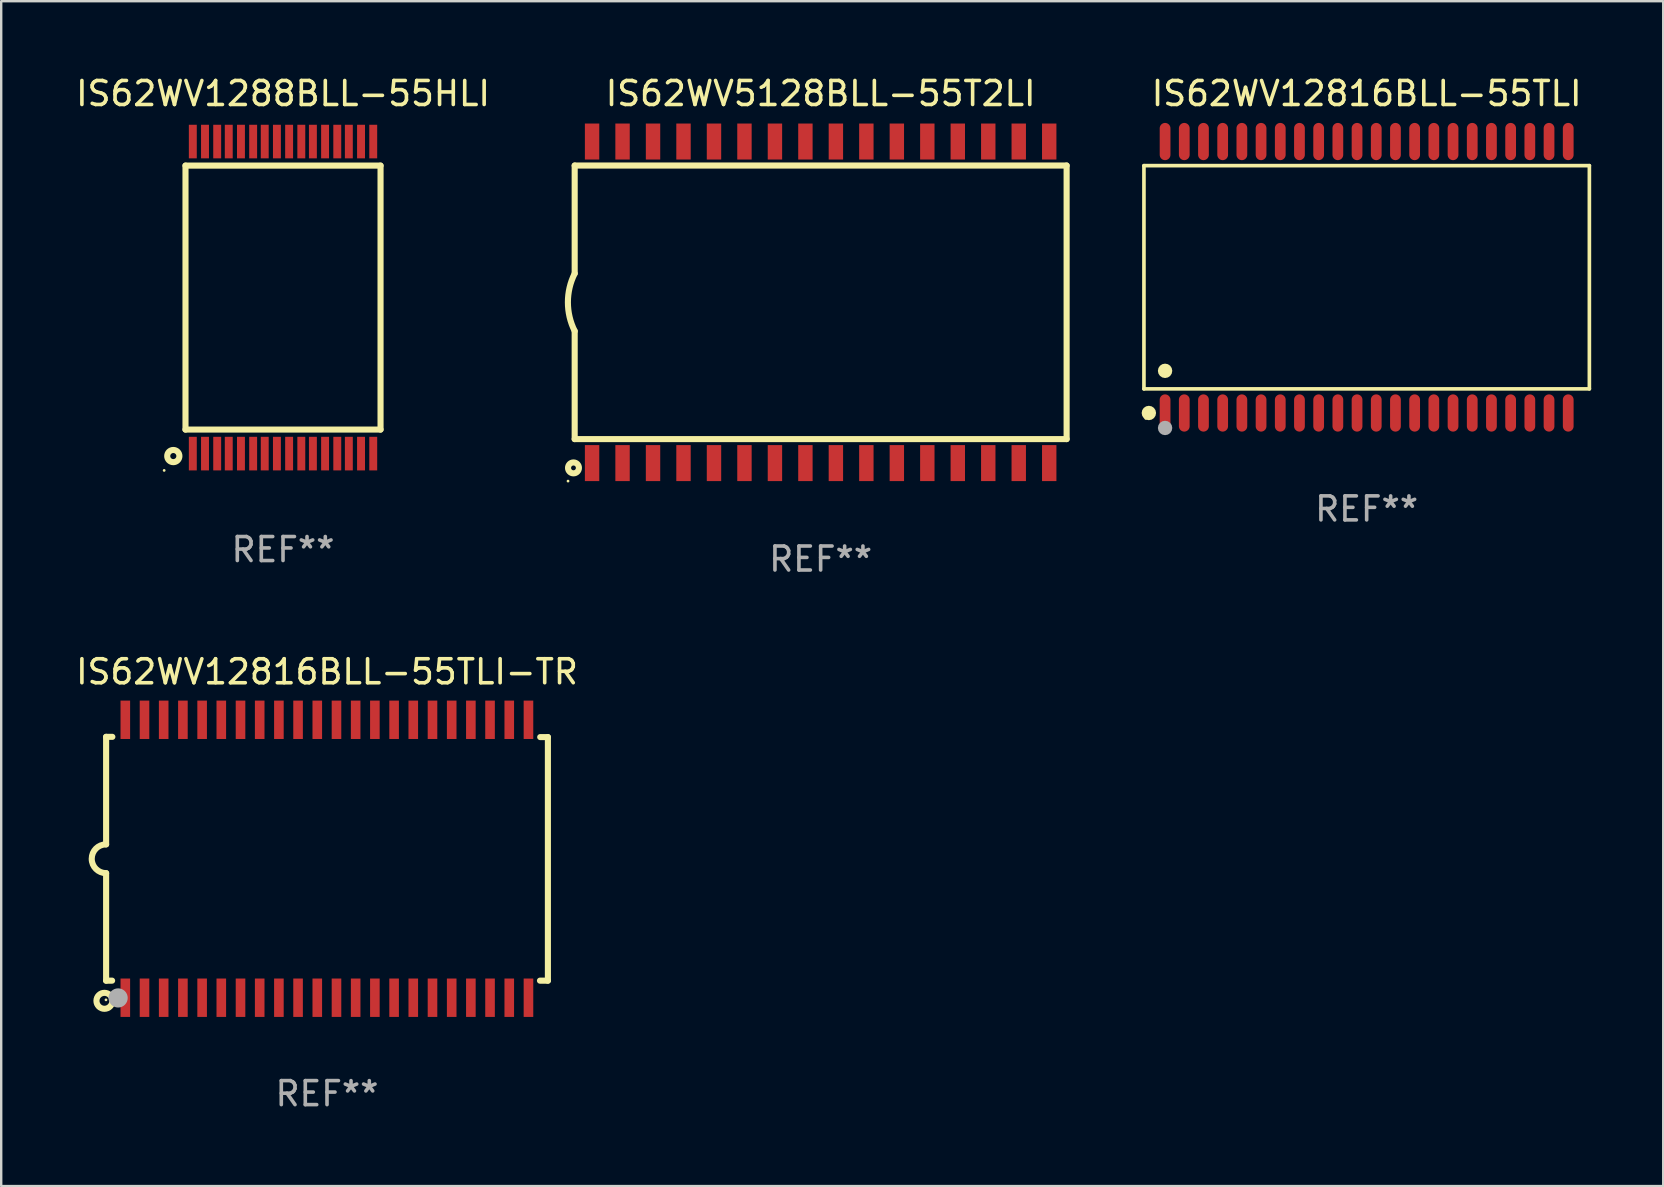
<source format=kicad_pcb>
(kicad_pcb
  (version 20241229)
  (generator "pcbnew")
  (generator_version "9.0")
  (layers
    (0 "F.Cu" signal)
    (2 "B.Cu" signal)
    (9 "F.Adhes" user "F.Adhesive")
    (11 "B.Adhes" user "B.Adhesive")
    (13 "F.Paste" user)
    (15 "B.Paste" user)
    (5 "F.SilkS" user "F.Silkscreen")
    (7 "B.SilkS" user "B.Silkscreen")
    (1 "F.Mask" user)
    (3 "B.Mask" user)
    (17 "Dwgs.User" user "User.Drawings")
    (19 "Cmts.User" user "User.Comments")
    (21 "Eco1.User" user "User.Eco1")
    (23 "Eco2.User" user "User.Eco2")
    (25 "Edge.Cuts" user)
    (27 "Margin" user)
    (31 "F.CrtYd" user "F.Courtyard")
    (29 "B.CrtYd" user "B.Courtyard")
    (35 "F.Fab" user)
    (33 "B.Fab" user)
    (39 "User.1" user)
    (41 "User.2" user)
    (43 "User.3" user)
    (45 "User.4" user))
  (footprint "IS62WV5128BLL-55T2LI"
    (layer "F.Cu")
    (at 31.148 9.548)
    (property "Reference" "IS62WV5128BLL-55T2LI" (at 0 -8.7 0) (layer "F.SilkS") (effects (font (size 1 1) (thickness 0.15))))
    (attr through_hole)
    (fp_line (start -10.25 -5.7) (end -10.25 -1.2) (stroke (width 0.254) (type solid)) (layer "F.SilkS"))
    (fp_line (start -10.25 -5.7) (end 10.25 -5.7) (stroke (width 0.254) (type solid)) (layer "F.SilkS"))
    (fp_line (start -10.25 5.7) (end -10.25 1.2) (stroke (width 0.254) (type solid)) (layer "F.SilkS"))
    (fp_line (start 10.25 -5.7) (end 10.25 5.7) (stroke (width 0.254) (type solid)) (layer "F.SilkS"))
    (fp_line (start 10.25 5.7) (end -10.25 5.7) (stroke (width 0.254) (type solid)) (layer "F.SilkS"))
    (fp_arc (start -10.248921 1.198882) (mid -10.532435 -0.000433) (end -10.249987 -1.2) (stroke (width 0.254001) (type solid)) (layer "F.SilkS"))
    (fp_circle (center -10.527 7.45) (end -10.497 7.45) (stroke (width 0.06) (type solid)) (fill no) (layer "F.SilkS"))
    (fp_circle (center -10.3 6.9) (end -10.2 6.9) (stroke (width 0.254) (type solid)) (fill no) (layer "F.SilkS"))
    (fp_text user "REF**" (at 0 10.7 0) (layer "F.Fab") (effects (font (size 1 1) (thickness 0.15))))
    (pad "1" smd rect (at -9.525 6.7 180) (size 0.6 1.5) (layers "F.Cu" "F.Mask" "F.Paste"))
    (pad "2" smd rect (at -8.255 6.7 180) (size 0.6 1.5) (layers "F.Cu" "F.Mask" "F.Paste"))
    (pad "3" smd rect (at -6.985 6.7 180) (size 0.6 1.5) (layers "F.Cu" "F.Mask" "F.Paste"))
    (pad "4" smd rect (at -5.715 6.7 180) (size 0.6 1.5) (layers "F.Cu" "F.Mask" "F.Paste"))
    (pad "5" smd rect (at -4.445 6.7 180) (size 0.6 1.5) (layers "F.Cu" "F.Mask" "F.Paste"))
    (pad "6" smd rect (at -3.175 6.7 180) (size 0.6 1.5) (layers "F.Cu" "F.Mask" "F.Paste"))
    (pad "7" smd rect (at -1.905 6.7 180) (size 0.6 1.5) (layers "F.Cu" "F.Mask" "F.Paste"))
    (pad "8" smd rect (at -0.635 6.7 180) (size 0.6 1.5) (layers "F.Cu" "F.Mask" "F.Paste"))
    (pad "9" smd rect (at 0.635 6.7 180) (size 0.6 1.5) (layers "F.Cu" "F.Mask" "F.Paste"))
    (pad "10" smd rect (at 1.905 6.7 180) (size 0.6 1.5) (layers "F.Cu" "F.Mask" "F.Paste"))
    (pad "11" smd rect (at 3.175 6.7 180) (size 0.6 1.5) (layers "F.Cu" "F.Mask" "F.Paste"))
    (pad "12" smd rect (at 4.445 6.7 180) (size 0.6 1.5) (layers "F.Cu" "F.Mask" "F.Paste"))
    (pad "13" smd rect (at 5.715 6.7 180) (size 0.6 1.5) (layers "F.Cu" "F.Mask" "F.Paste"))
    (pad "14" smd rect (at 6.985 6.7 180) (size 0.6 1.5) (layers "F.Cu" "F.Mask" "F.Paste"))
    (pad "15" smd rect (at 8.255 6.7 180) (size 0.6 1.5) (layers "F.Cu" "F.Mask" "F.Paste"))
    (pad "16" smd rect (at 9.525 6.7 180) (size 0.6 1.5) (layers "F.Cu" "F.Mask" "F.Paste"))
    (pad "17" smd rect (at 9.525 -6.7 180) (size 0.6 1.5) (layers "F.Cu" "F.Mask" "F.Paste"))
    (pad "18" smd rect (at 8.255 -6.7 180) (size 0.6 1.5) (layers "F.Cu" "F.Mask" "F.Paste"))
    (pad "19" smd rect (at 6.985 -6.7 180) (size 0.6 1.5) (layers "F.Cu" "F.Mask" "F.Paste"))
    (pad "20" smd rect (at 5.715 -6.7 180) (size 0.6 1.5) (layers "F.Cu" "F.Mask" "F.Paste"))
    (pad "21" smd rect (at 4.445 -6.7 180) (size 0.6 1.5) (layers "F.Cu" "F.Mask" "F.Paste"))
    (pad "22" smd rect (at 3.175 -6.7 180) (size 0.6 1.5) (layers "F.Cu" "F.Mask" "F.Paste"))
    (pad "23" smd rect (at 1.905 -6.7 180) (size 0.6 1.5) (layers "F.Cu" "F.Mask" "F.Paste"))
    (pad "24" smd rect (at 0.635 -6.7 180) (size 0.6 1.5) (layers "F.Cu" "F.Mask" "F.Paste"))
    (pad "25" smd rect (at -0.635 -6.7 180) (size 0.6 1.5) (layers "F.Cu" "F.Mask" "F.Paste"))
    (pad "26" smd rect (at -1.905 -6.7 180) (size 0.6 1.5) (layers "F.Cu" "F.Mask" "F.Paste"))
    (pad "27" smd rect (at -3.175 -6.7 180) (size 0.6 1.5) (layers "F.Cu" "F.Mask" "F.Paste"))
    (pad "28" smd rect (at -4.445 -6.7 180) (size 0.6 1.5) (layers "F.Cu" "F.Mask" "F.Paste"))
    (pad "29" smd rect (at -5.715 -6.7 180) (size 0.6 1.5) (layers "F.Cu" "F.Mask" "F.Paste"))
    (pad "30" smd rect (at -6.985 -6.7 180) (size 0.6 1.5) (layers "F.Cu" "F.Mask" "F.Paste"))
    (pad "31" smd rect (at -8.255 -6.7 180) (size 0.6 1.5) (layers "F.Cu" "F.Mask" "F.Paste"))
    (pad "32" smd rect (at -9.525 -6.7 180) (size 0.6 1.5) (layers "F.Cu" "F.Mask" "F.Paste")))
  (footprint "IS62WV12816BLL-55TLI-TR"
    (layer "F.Cu")
    (at 10.577 32.736)
    (property "Reference" "IS62WV12816BLL-55TLI-TR" (at 0 -7.791 0) (layer "F.SilkS") (effects (font (size 1 1) (thickness 0.15))))
    (attr through_hole)
    (fp_line (start -9.205 -5.08) (end -9.205 -0.6) (stroke (width 0.254) (type solid)) (layer "F.SilkS"))
    (fp_line (start -9.205 5.08) (end -9.205 0.6) (stroke (width 0.254) (type solid)) (layer "F.SilkS"))
    (fp_line (start -8.955 5.08) (end -9.205 5.08) (stroke (width 0.254) (type solid)) (layer "F.SilkS"))
    (fp_line (start -8.945 -5.08) (end -9.205 -5.08) (stroke (width 0.254) (type solid)) (layer "F.SilkS"))
    (fp_line (start 8.885 -5.07) (end 9.205 -5.07) (stroke (width 0.254) (type solid)) (layer "F.SilkS"))
    (fp_line (start 9.205 -5.07) (end 9.205 5.08) (stroke (width 0.254) (type solid)) (layer "F.SilkS"))
    (fp_line (start 9.205 5.08) (end 8.875 5.08) (stroke (width 0.254) (type solid)) (layer "F.SilkS"))
    (fp_arc (start -9.204978 0.6) (mid -9.804623 0.000241) (end -9.204902 -0.599442) (stroke (width 0.254001) (type solid)) (layer "F.SilkS"))
    (fp_circle (center -9.275 5.92) (end -8.942 5.92) (stroke (width 0.254) (type solid)) (fill no) (layer "F.SilkS"))
    (fp_circle (center -9.21 5.88) (end -9.18 5.88) (stroke (width 0.06) (type solid)) (fill no) (layer "F.SilkS"))
    (fp_circle (center -8.705 5.8) (end -8.505 5.8) (stroke (width 0.4) (type solid)) (fill no) (layer "F.Fab"))
    (fp_text user "REF**" (at 0 9.791 0) (layer "F.Fab") (effects (font (size 1 1) (thickness 0.15))))
    (pad "1" smd rect (at -8.405 5.791) (size 0.4 1.6) (layers "F.Cu" "F.Mask" "F.Paste"))
    (pad "2" smd rect (at -7.605 5.791) (size 0.4 1.6) (layers "F.Cu" "F.Mask" "F.Paste"))
    (pad "3" smd rect (at -6.806 5.791) (size 0.4 1.6) (layers "F.Cu" "F.Mask" "F.Paste"))
    (pad "4" smd rect (at -6.005 5.791) (size 0.4 1.6) (layers "F.Cu" "F.Mask" "F.Paste"))
    (pad "5" smd rect (at -5.204 5.791) (size 0.4 1.6) (layers "F.Cu" "F.Mask" "F.Paste"))
    (pad "6" smd rect (at -4.405 5.791) (size 0.4 1.6) (layers "F.Cu" "F.Mask" "F.Paste"))
    (pad "7" smd rect (at -3.604 5.791) (size 0.4 1.6) (layers "F.Cu" "F.Mask" "F.Paste"))
    (pad "8" smd rect (at -2.805 5.791) (size 0.4 1.6) (layers "F.Cu" "F.Mask" "F.Paste"))
    (pad "9" smd rect (at -2.005 5.791) (size 0.4 1.6) (layers "F.Cu" "F.Mask" "F.Paste"))
    (pad "10" smd rect (at -1.206 5.791) (size 0.4 1.6) (layers "F.Cu" "F.Mask" "F.Paste"))
    (pad "11" smd rect (at -0.405 5.791) (size 0.4 1.6) (layers "F.Cu" "F.Mask" "F.Paste"))
    (pad "12" smd rect (at 0.395 5.791) (size 0.4 1.6) (layers "F.Cu" "F.Mask" "F.Paste"))
    (pad "13" smd rect (at 1.194 5.791) (size 0.4 1.6) (layers "F.Cu" "F.Mask" "F.Paste"))
    (pad "14" smd rect (at 1.995 5.791) (size 0.4 1.6) (layers "F.Cu" "F.Mask" "F.Paste"))
    (pad "15" smd rect (at 2.796 5.791) (size 0.4 1.6) (layers "F.Cu" "F.Mask" "F.Paste"))
    (pad "16" smd rect (at 3.595 5.791) (size 0.4 1.6) (layers "F.Cu" "F.Mask" "F.Paste"))
    (pad "17" smd rect (at 4.396 5.791) (size 0.4 1.6) (layers "F.Cu" "F.Mask" "F.Paste"))
    (pad "18" smd rect (at 5.196 5.791) (size 0.4 1.6) (layers "F.Cu" "F.Mask" "F.Paste"))
    (pad "19" smd rect (at 5.995 5.791) (size 0.4 1.6) (layers "F.Cu" "F.Mask" "F.Paste"))
    (pad "20" smd rect (at 6.794 5.791) (size 0.4 1.6) (layers "F.Cu" "F.Mask" "F.Paste"))
    (pad "21" smd rect (at 7.595 5.791) (size 0.4 1.6) (layers "F.Cu" "F.Mask" "F.Paste"))
    (pad "22" smd rect (at 8.395 5.791) (size 0.4 1.6) (layers "F.Cu" "F.Mask" "F.Paste"))
    (pad "23" smd rect (at 8.395 -5.791) (size 0.4 1.6) (layers "F.Cu" "F.Mask" "F.Paste"))
    (pad "24" smd rect (at 7.595 -5.791) (size 0.4 1.6) (layers "F.Cu" "F.Mask" "F.Paste"))
    (pad "25" smd rect (at 6.794 -5.791) (size 0.4 1.6) (layers "F.Cu" "F.Mask" "F.Paste"))
    (pad "26" smd rect (at 5.995 -5.791) (size 0.4 1.6) (layers "F.Cu" "F.Mask" "F.Paste"))
    (pad "27" smd rect (at 5.196 -5.791) (size 0.4 1.6) (layers "F.Cu" "F.Mask" "F.Paste"))
    (pad "28" smd rect (at 4.396 -5.791) (size 0.4 1.6) (layers "F.Cu" "F.Mask" "F.Paste"))
    (pad "29" smd rect (at 3.595 -5.791) (size 0.4 1.6) (layers "F.Cu" "F.Mask" "F.Paste"))
    (pad "30" smd rect (at 2.796 -5.791) (size 0.4 1.6) (layers "F.Cu" "F.Mask" "F.Paste"))
    (pad "31" smd rect (at 1.995 -5.791) (size 0.4 1.6) (layers "F.Cu" "F.Mask" "F.Paste"))
    (pad "32" smd rect (at 1.194 -5.791) (size 0.4 1.6) (layers "F.Cu" "F.Mask" "F.Paste"))
    (pad "33" smd rect (at 0.395 -5.791) (size 0.4 1.6) (layers "F.Cu" "F.Mask" "F.Paste"))
    (pad "34" smd rect (at -0.405 -5.791) (size 0.4 1.6) (layers "F.Cu" "F.Mask" "F.Paste"))
    (pad "35" smd rect (at -1.206 -5.791) (size 0.4 1.6) (layers "F.Cu" "F.Mask" "F.Paste"))
    (pad "36" smd rect (at -2.005 -5.791) (size 0.4 1.6) (layers "F.Cu" "F.Mask" "F.Paste"))
    (pad "37" smd rect (at -2.805 -5.791) (size 0.4 1.6) (layers "F.Cu" "F.Mask" "F.Paste"))
    (pad "38" smd rect (at -3.604 -5.791) (size 0.4 1.6) (layers "F.Cu" "F.Mask" "F.Paste"))
    (pad "39" smd rect (at -4.405 -5.791) (size 0.4 1.6) (layers "F.Cu" "F.Mask" "F.Paste"))
    (pad "40" smd rect (at -5.204 -5.791) (size 0.4 1.6) (layers "F.Cu" "F.Mask" "F.Paste"))
    (pad "41" smd rect (at -6.005 -5.791) (size 0.4 1.6) (layers "F.Cu" "F.Mask" "F.Paste"))
    (pad "42" smd rect (at -6.806 -5.791) (size 0.4 1.6) (layers "F.Cu" "F.Mask" "F.Paste"))
    (pad "43" smd rect (at -7.605 -5.791) (size 0.4 1.6) (layers "F.Cu" "F.Mask" "F.Paste"))
    (pad "44" smd rect (at -8.405 -5.791) (size 0.4 1.6) (layers "F.Cu" "F.Mask" "F.Paste")))
  (footprint "IS62WV12816BLL-55TLI"
    (layer "F.Cu")
    (at 53.901 8.504)
    (property "Reference" "IS62WV12816BLL-55TLI" (at 0 -7.656 0) (layer "F.SilkS") (effects (font (size 1 1) (thickness 0.15))))
    (attr through_hole)
    (fp_line (start -9.281 -4.651) (end 9.281 -4.651) (stroke (width 0.152) (type solid)) (layer "F.SilkS"))
    (fp_line (start -9.281 4.651) (end -9.281 -4.651) (stroke (width 0.152) (type solid)) (layer "F.SilkS"))
    (fp_line (start 9.281 -4.651) (end 9.281 4.651) (stroke (width 0.152) (type solid)) (layer "F.SilkS"))
    (fp_line (start 9.281 4.651) (end -9.281 4.651) (stroke (width 0.152) (type solid)) (layer "F.SilkS"))
    (fp_circle (center -9.205 5.88) (end -9.175 5.88) (stroke (width 0.06) (type solid)) (fill no) (layer "F.SilkS"))
    (fp_circle (center -9.076 5.656) (end -8.926 5.656) (stroke (width 0.3) (type solid)) (fill no) (layer "F.SilkS"))
    (fp_circle (center -8.4 3.899) (end -8.25 3.899) (stroke (width 0.3) (type solid)) (fill no) (layer "F.SilkS"))
    (fp_circle (center -8.4 6.28) (end -8.25 6.28) (stroke (width 0.3) (type solid)) (fill no) (layer "F.Fab"))
    (fp_text user "REF**" (at 0 9.656 0) (layer "F.Fab") (effects (font (size 1 1) (thickness 0.15))))
    (pad "1" smd oval (at -8.4 5.656) (size 0.448 1.551) (layers "F.Cu" "F.Mask" "F.Paste"))
    (pad "2" smd oval (at -7.6 5.656) (size 0.448 1.551) (layers "F.Cu" "F.Mask" "F.Paste"))
    (pad "3" smd oval (at -6.8 5.656) (size 0.448 1.551) (layers "F.Cu" "F.Mask" "F.Paste"))
    (pad "4" smd oval (at -6 5.656) (size 0.448 1.551) (layers "F.Cu" "F.Mask" "F.Paste"))
    (pad "5" smd oval (at -5.2 5.656) (size 0.448 1.551) (layers "F.Cu" "F.Mask" "F.Paste"))
    (pad "6" smd oval (at -4.4 5.656) (size 0.448 1.551) (layers "F.Cu" "F.Mask" "F.Paste"))
    (pad "7" smd oval (at -3.6 5.656) (size 0.448 1.551) (layers "F.Cu" "F.Mask" "F.Paste"))
    (pad "8" smd oval (at -2.8 5.656) (size 0.448 1.551) (layers "F.Cu" "F.Mask" "F.Paste"))
    (pad "9" smd oval (at -2 5.656) (size 0.448 1.551) (layers "F.Cu" "F.Mask" "F.Paste"))
    (pad "10" smd oval (at -1.2 5.656) (size 0.448 1.551) (layers "F.Cu" "F.Mask" "F.Paste"))
    (pad "11" smd oval (at -0.4 5.656) (size 0.448 1.551) (layers "F.Cu" "F.Mask" "F.Paste"))
    (pad "12" smd oval (at 0.4 5.656) (size 0.448 1.551) (layers "F.Cu" "F.Mask" "F.Paste"))
    (pad "13" smd oval (at 1.2 5.656) (size 0.448 1.551) (layers "F.Cu" "F.Mask" "F.Paste"))
    (pad "14" smd oval (at 2 5.656) (size 0.448 1.551) (layers "F.Cu" "F.Mask" "F.Paste"))
    (pad "15" smd oval (at 2.8 5.656) (size 0.448 1.551) (layers "F.Cu" "F.Mask" "F.Paste"))
    (pad "16" smd oval (at 3.6 5.656) (size 0.448 1.551) (layers "F.Cu" "F.Mask" "F.Paste"))
    (pad "17" smd oval (at 4.4 5.656) (size 0.448 1.551) (layers "F.Cu" "F.Mask" "F.Paste"))
    (pad "18" smd oval (at 5.2 5.656) (size 0.448 1.551) (layers "F.Cu" "F.Mask" "F.Paste"))
    (pad "19" smd oval (at 6 5.656) (size 0.448 1.551) (layers "F.Cu" "F.Mask" "F.Paste"))
    (pad "20" smd oval (at 6.8 5.656) (size 0.448 1.551) (layers "F.Cu" "F.Mask" "F.Paste"))
    (pad "21" smd oval (at 7.6 5.656) (size 0.448 1.551) (layers "F.Cu" "F.Mask" "F.Paste"))
    (pad "22" smd oval (at 8.4 5.656) (size 0.448 1.551) (layers "F.Cu" "F.Mask" "F.Paste"))
    (pad "23" smd oval (at 8.4 -5.656) (size 0.448 1.551) (layers "F.Cu" "F.Mask" "F.Paste"))
    (pad "24" smd oval (at 7.6 -5.656) (size 0.448 1.551) (layers "F.Cu" "F.Mask" "F.Paste"))
    (pad "25" smd oval (at 6.8 -5.656) (size 0.448 1.551) (layers "F.Cu" "F.Mask" "F.Paste"))
    (pad "26" smd oval (at 6 -5.656) (size 0.448 1.551) (layers "F.Cu" "F.Mask" "F.Paste"))
    (pad "27" smd oval (at 5.2 -5.656) (size 0.448 1.551) (layers "F.Cu" "F.Mask" "F.Paste"))
    (pad "28" smd oval (at 4.4 -5.656) (size 0.448 1.551) (layers "F.Cu" "F.Mask" "F.Paste"))
    (pad "29" smd oval (at 3.6 -5.656) (size 0.448 1.551) (layers "F.Cu" "F.Mask" "F.Paste"))
    (pad "30" smd oval (at 2.8 -5.656) (size 0.448 1.551) (layers "F.Cu" "F.Mask" "F.Paste"))
    (pad "31" smd oval (at 2 -5.656) (size 0.448 1.551) (layers "F.Cu" "F.Mask" "F.Paste"))
    (pad "32" smd oval (at 1.2 -5.656) (size 0.448 1.551) (layers "F.Cu" "F.Mask" "F.Paste"))
    (pad "33" smd oval (at 0.4 -5.656) (size 0.448 1.551) (layers "F.Cu" "F.Mask" "F.Paste"))
    (pad "34" smd oval (at -0.4 -5.656) (size 0.448 1.551) (layers "F.Cu" "F.Mask" "F.Paste"))
    (pad "35" smd oval (at -1.2 -5.656) (size 0.448 1.551) (layers "F.Cu" "F.Mask" "F.Paste"))
    (pad "36" smd oval (at -2 -5.656) (size 0.448 1.551) (layers "F.Cu" "F.Mask" "F.Paste"))
    (pad "37" smd oval (at -2.8 -5.656) (size 0.448 1.551) (layers "F.Cu" "F.Mask" "F.Paste"))
    (pad "38" smd oval (at -3.6 -5.656) (size 0.448 1.551) (layers "F.Cu" "F.Mask" "F.Paste"))
    (pad "39" smd oval (at -4.4 -5.656) (size 0.448 1.551) (layers "F.Cu" "F.Mask" "F.Paste"))
    (pad "40" smd oval (at -5.2 -5.656) (size 0.448 1.551) (layers "F.Cu" "F.Mask" "F.Paste"))
    (pad "41" smd oval (at -6 -5.656) (size 0.448 1.551) (layers "F.Cu" "F.Mask" "F.Paste"))
    (pad "42" smd oval (at -6.8 -5.656) (size 0.448 1.551) (layers "F.Cu" "F.Mask" "F.Paste"))
    (pad "43" smd oval (at -7.6 -5.656) (size 0.448 1.551) (layers "F.Cu" "F.Mask" "F.Paste"))
    (pad "44" smd oval (at -8.4 -5.656) (size 0.448 1.551) (layers "F.Cu" "F.Mask" "F.Paste")))
  (footprint "IS62WV1288BLL-55HLI"
    (layer "F.Cu")
    (at 8.744 9.351)
    (property "Reference" "IS62WV1288BLL-55HLI" (at 0 -8.502 0) (layer "F.SilkS") (effects (font (size 1 1) (thickness 0.15))))
    (attr through_hole)
    (fp_line (start -4.064 -5.5) (end 4.064 -5.5) (stroke (width 0.254) (type solid)) (layer "F.SilkS"))
    (fp_line (start -4.064 5.5) (end -4.064 -5.5) (stroke (width 0.254) (type solid)) (layer "F.SilkS"))
    (fp_line (start -4.064 5.5) (end 4.064 5.5) (stroke (width 0.254) (type solid)) (layer "F.SilkS"))
    (fp_line (start 4.064 -5.5) (end 4.064 5.5) (stroke (width 0.254) (type solid)) (layer "F.SilkS"))
    (fp_circle (center -4.953 7.202) (end -4.923 7.202) (stroke (width 0.06) (type solid)) (fill no) (layer "F.SilkS"))
    (fp_circle (center -4.572 6.604) (end -4.318 6.604) (stroke (width 0.254) (type solid)) (fill no) (layer "F.SilkS"))
    (fp_text user "REF**" (at 0 10.502 0) (layer "F.Fab") (effects (font (size 1 1) (thickness 0.15))))
    (pad "1" smd rect (at -3.759 6.502 180) (size 0.33 1.4) (layers "F.Cu" "F.Mask" "F.Paste"))
    (pad "2" smd rect (at -3.251 6.502 180) (size 0.33 1.4) (layers "F.Cu" "F.Mask" "F.Paste"))
    (pad "3" smd rect (at -2.743 6.502 180) (size 0.33 1.4) (layers "F.Cu" "F.Mask" "F.Paste"))
    (pad "4" smd rect (at -2.261 6.502 180) (size 0.33 1.4) (layers "F.Cu" "F.Mask" "F.Paste"))
    (pad "5" smd rect (at -1.753 6.502 180) (size 0.33 1.4) (layers "F.Cu" "F.Mask" "F.Paste"))
    (pad "6" smd rect (at -1.245 6.502 180) (size 0.33 1.4) (layers "F.Cu" "F.Mask" "F.Paste"))
    (pad "7" smd rect (at -0.762 6.502 180) (size 0.33 1.4) (layers "F.Cu" "F.Mask" "F.Paste"))
    (pad "8" smd rect (at -0.254 6.502 180) (size 0.33 1.4) (layers "F.Cu" "F.Mask" "F.Paste"))
    (pad "9" smd rect (at 0.254 6.502 180) (size 0.33 1.4) (layers "F.Cu" "F.Mask" "F.Paste"))
    (pad "10" smd rect (at 0.762 6.502 180) (size 0.33 1.4) (layers "F.Cu" "F.Mask" "F.Paste"))
    (pad "11" smd rect (at 1.245 6.502 180) (size 0.33 1.4) (layers "F.Cu" "F.Mask" "F.Paste"))
    (pad "12" smd rect (at 1.753 6.502 180) (size 0.33 1.4) (layers "F.Cu" "F.Mask" "F.Paste"))
    (pad "13" smd rect (at 2.261 6.502 180) (size 0.33 1.4) (layers "F.Cu" "F.Mask" "F.Paste"))
    (pad "14" smd rect (at 2.743 6.502 180) (size 0.33 1.4) (layers "F.Cu" "F.Mask" "F.Paste"))
    (pad "15" smd rect (at 3.251 6.502 180) (size 0.33 1.4) (layers "F.Cu" "F.Mask" "F.Paste"))
    (pad "16" smd rect (at 3.759 6.502 180) (size 0.33 1.4) (layers "F.Cu" "F.Mask" "F.Paste"))
    (pad "17" smd rect (at 3.759 -6.502) (size 0.33 1.4) (layers "F.Cu" "F.Mask" "F.Paste"))
    (pad "18" smd rect (at 3.251 -6.502) (size 0.33 1.4) (layers "F.Cu" "F.Mask" "F.Paste"))
    (pad "19" smd rect (at 2.743 -6.502) (size 0.33 1.4) (layers "F.Cu" "F.Mask" "F.Paste"))
    (pad "20" smd rect (at 2.261 -6.502) (size 0.33 1.4) (layers "F.Cu" "F.Mask" "F.Paste"))
    (pad "21" smd rect (at 1.753 -6.502) (size 0.33 1.4) (layers "F.Cu" "F.Mask" "F.Paste"))
    (pad "22" smd rect (at 1.245 -6.502) (size 0.33 1.4) (layers "F.Cu" "F.Mask" "F.Paste"))
    (pad "23" smd rect (at 0.762 -6.502) (size 0.33 1.4) (layers "F.Cu" "F.Mask" "F.Paste"))
    (pad "24" smd rect (at 0.254 -6.502) (size 0.33 1.4) (layers "F.Cu" "F.Mask" "F.Paste"))
    (pad "25" smd rect (at -0.254 -6.502) (size 0.33 1.4) (layers "F.Cu" "F.Mask" "F.Paste"))
    (pad "26" smd rect (at -0.762 -6.502) (size 0.33 1.4) (layers "F.Cu" "F.Mask" "F.Paste"))
    (pad "27" smd rect (at -1.245 -6.502) (size 0.33 1.4) (layers "F.Cu" "F.Mask" "F.Paste"))
    (pad "28" smd rect (at -1.753 -6.502) (size 0.33 1.4) (layers "F.Cu" "F.Mask" "F.Paste"))
    (pad "29" smd rect (at -2.261 -6.502) (size 0.33 1.4) (layers "F.Cu" "F.Mask" "F.Paste"))
    (pad "30" smd rect (at -2.743 -6.502) (size 0.33 1.4) (layers "F.Cu" "F.Mask" "F.Paste"))
    (pad "31" smd rect (at -3.251 -6.502) (size 0.33 1.4) (layers "F.Cu" "F.Mask" "F.Paste"))
    (pad "32" smd rect (at -3.759 -6.502) (size 0.33 1.4) (layers "F.Cu" "F.Mask" "F.Paste")))
  (gr_rect
    (start -3 -3)
    (end 66.259 46.375)
    (stroke (width 0.1) (type default))
    (fill no)
    (layer "Edge.Cuts")))
</source>
